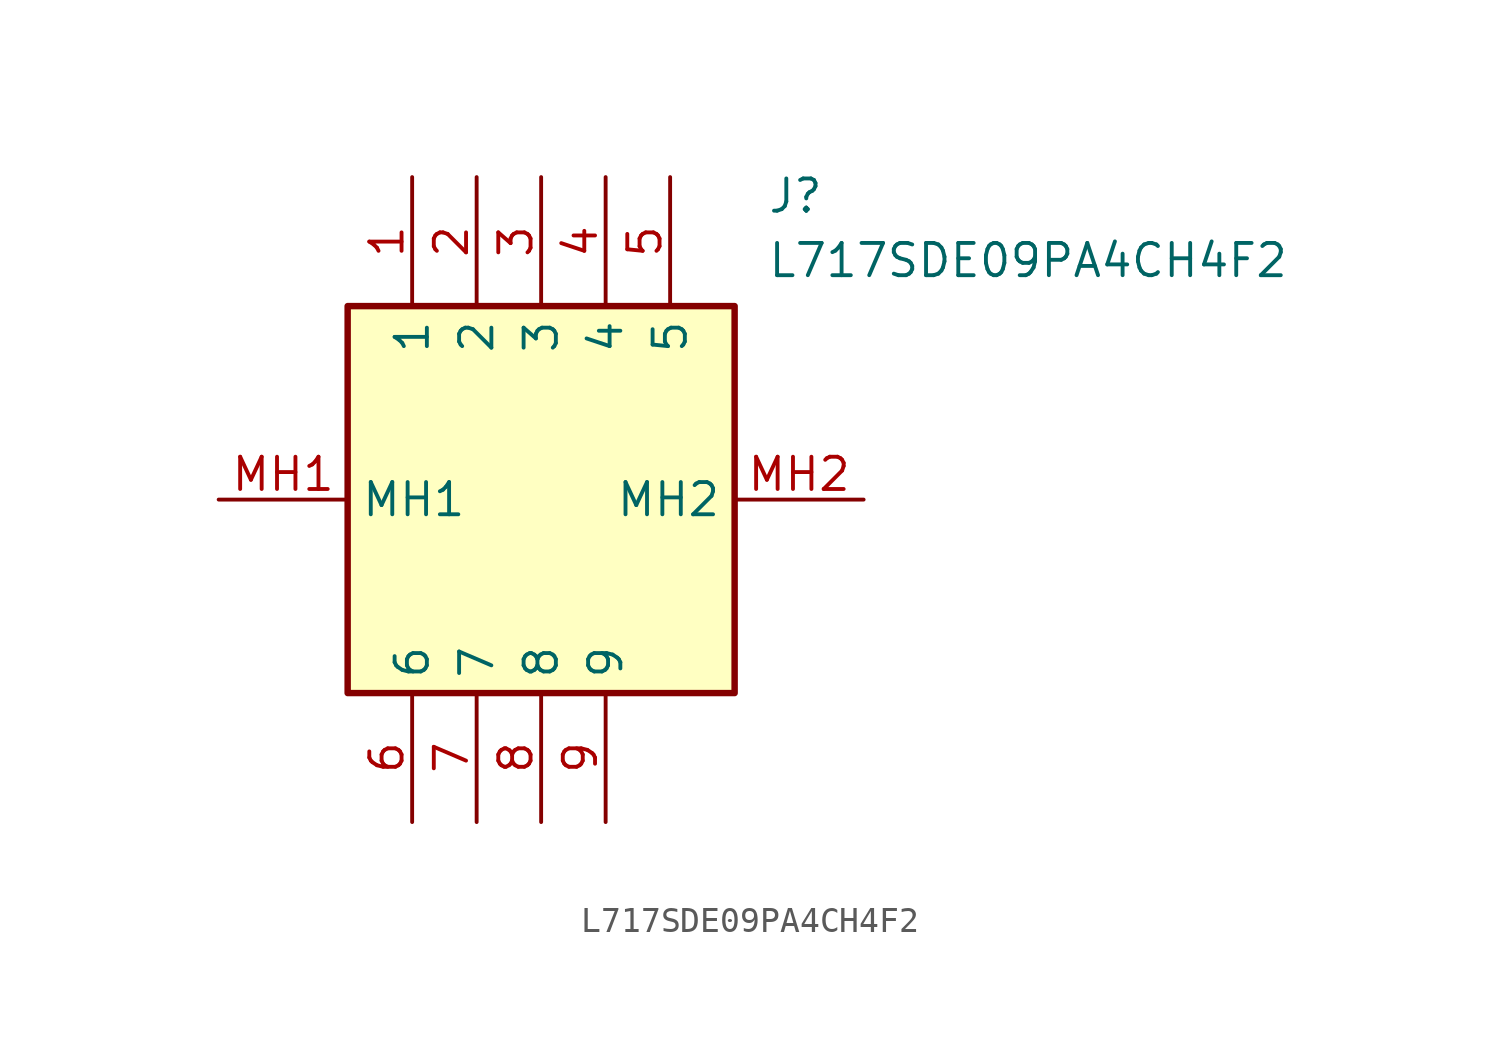
<source format=kicad_sym>
(kicad_symbol_lib
  (version 20211014)
  (generator SamacSys_ECAD_Model)
  (symbol "L717SDE09PA4CH4F2"
    (property "Reference" "J"
      (at 21.59 12.7 0)
      (effects (font (size 1.27 1.27)) (justify left top)))
    (property "Value" "L717SDE09PA4CH4F2"
      (at 21.59 10.16 0)
      (effects (font (size 1.27 1.27)) (justify left top)))
    (rectangle
      (start 5.08 7.62)
      (end 20.32 -7.62)
      (stroke (width 0.254) (type default))
      (fill (type background)))
    (pin passive line
      (at 7.62 12.7 270)
      (length 5.08)
      (name "1" (effects (font (size 1.27 1.27))))
      (number "1" (effects (font (size 1.27 1.27)))))
    (pin passive line
      (at 10.16 12.7 270)
      (length 5.08)
      (name "2" (effects (font (size 1.27 1.27))))
      (number "2" (effects (font (size 1.27 1.27)))))
    (pin passive line
      (at 12.7 12.7 270)
      (length 5.08)
      (name "3" (effects (font (size 1.27 1.27))))
      (number "3" (effects (font (size 1.27 1.27)))))
    (pin passive line
      (at 15.24 12.7 270)
      (length 5.08)
      (name "4" (effects (font (size 1.27 1.27))))
      (number "4" (effects (font (size 1.27 1.27)))))
    (pin passive line
      (at 17.78 12.7 270)
      (length 5.08)
      (name "5" (effects (font (size 1.27 1.27))))
      (number "5" (effects (font (size 1.27 1.27)))))
    (pin passive line
      (at 7.62 -12.7 90)
      (length 5.08)
      (name "6" (effects (font (size 1.27 1.27))))
      (number "6" (effects (font (size 1.27 1.27)))))
    (pin passive line
      (at 10.16 -12.7 90)
      (length 5.08)
      (name "7" (effects (font (size 1.27 1.27))))
      (number "7" (effects (font (size 1.27 1.27)))))
    (pin passive line
      (at 12.7 -12.7 90)
      (length 5.08)
      (name "8" (effects (font (size 1.27 1.27))))
      (number "8" (effects (font (size 1.27 1.27)))))
    (pin passive line
      (at 15.24 -12.7 90)
      (length 5.08)
      (name "9" (effects (font (size 1.27 1.27))))
      (number "9" (effects (font (size 1.27 1.27)))))
    (pin passive line
      (at 0 0 0)
      (length 5.08)
      (name "MH1" (effects (font (size 1.27 1.27))))
      (number "MH1" (effects (font (size 1.27 1.27)))))
    (pin passive line
      (at 25.4 0 180)
      (length 5.08)
      (name "MH2" (effects (font (size 1.27 1.27))))
      (number "MH2" (effects (font (size 1.27 1.27)))))))
</source>
